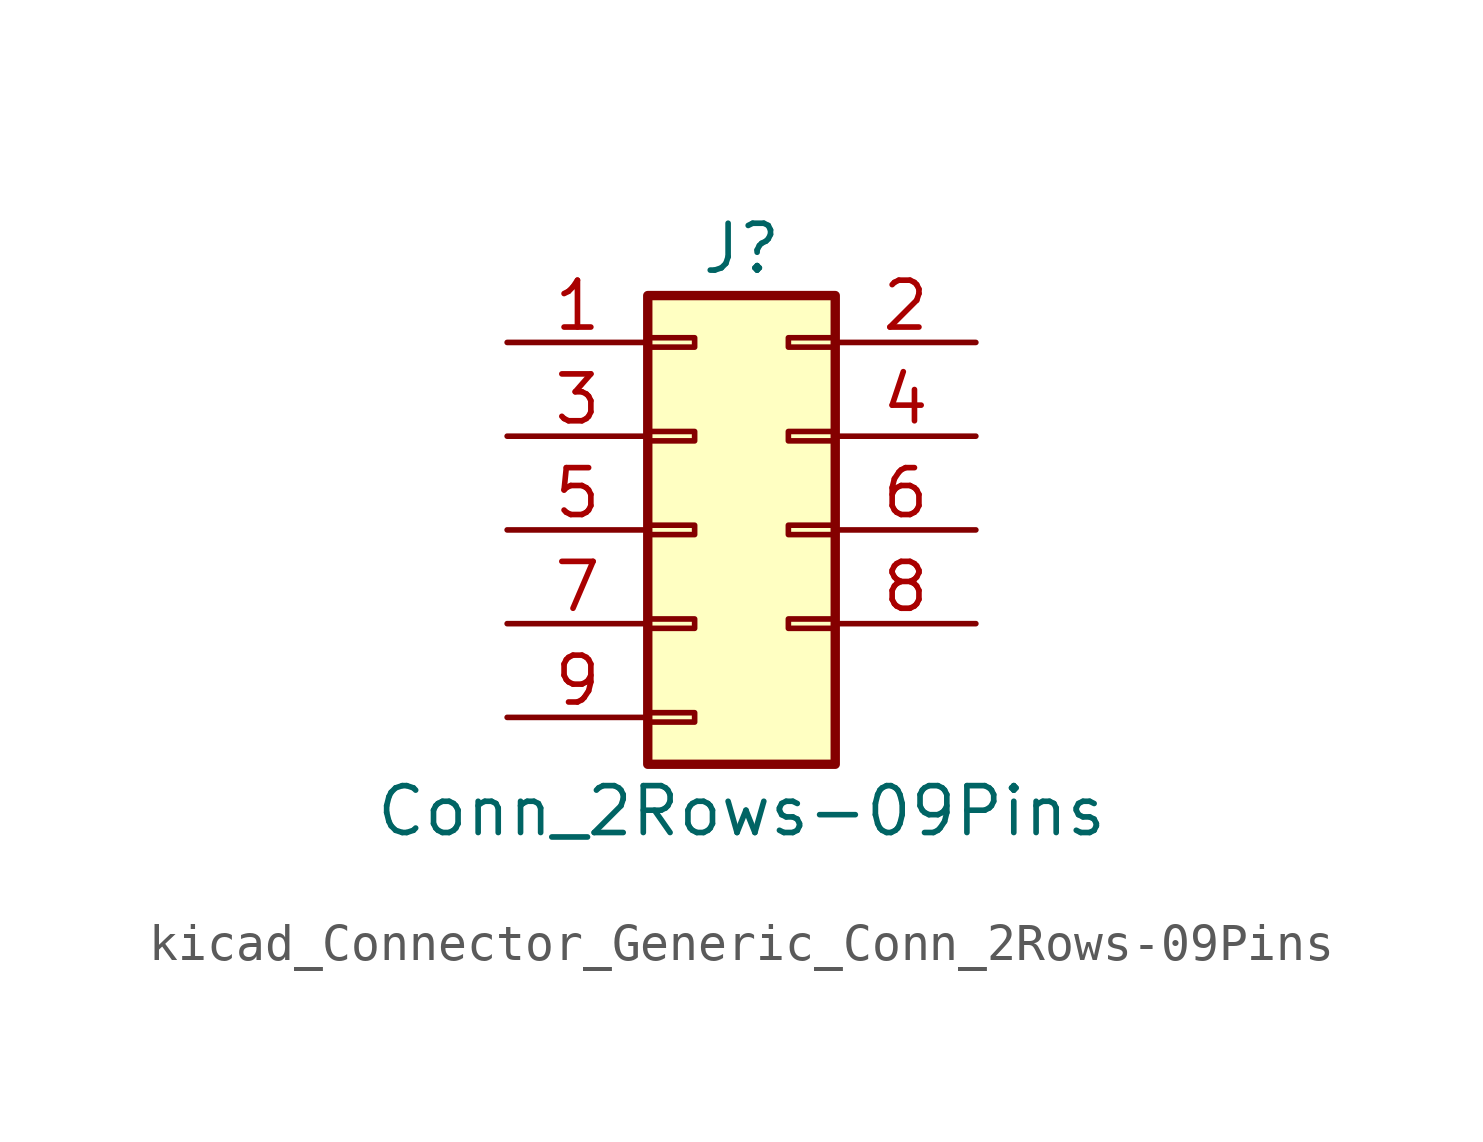
<source format=kicad_sym>
(kicad_symbol_lib
  (version 20220914)
  (generator kicad_symbol_editor)
  (symbol "kicad_Connector_Generic_Conn_2Rows-09Pins"
    (pin_names
      (offset 1.016) hide)
    (property "Reference" "J"
      (at 1.27 7.62 0)
      (effects (font (size 1.27 1.27))))
    (property "Value" "Conn_2Rows-09Pins"
      (at 1.27 -7.62 0)
      (effects (font (size 1.27 1.27))))
    (symbol "kicad_Connector_Generic_Conn_2Rows-09Pins_1_1"
      (rectangle (start -1.27 -4.953) (end 0 -5.207) (stroke (width 0.152) (type default)) (fill (type none)))
      (rectangle (start -1.27 -2.413) (end 0 -2.667) (stroke (width 0.152) (type default)) (fill (type none)))
      (rectangle (start -1.27 0.127) (end 0 -0.127) (stroke (width 0.152) (type default)) (fill (type none)))
      (rectangle (start -1.27 2.667) (end 0 2.413) (stroke (width 0.152) (type default)) (fill (type none)))
      (rectangle (start -1.27 5.207) (end 0 4.953) (stroke (width 0.152) (type default)) (fill (type none)))
      (rectangle (start -1.27 6.35) (end 3.81 -6.35) (stroke (width 0.254) (type default)) (fill (type background)))
      (rectangle (start 3.81 -2.413) (end 2.54 -2.667) (stroke (width 0.152) (type default)) (fill (type none)))
      (rectangle (start 3.81 0.127) (end 2.54 -0.127) (stroke (width 0.152) (type default)) (fill (type none)))
      (rectangle (start 3.81 2.667) (end 2.54 2.413) (stroke (width 0.152) (type default)) (fill (type none)))
      (rectangle (start 3.81 5.207) (end 2.54 4.953) (stroke (width 0.152) (type default)) (fill (type none)))
      (pin passive line (at -5.08 5.08 0) (length 3.81) (name "Pin_1" (effects (font (size 1.27 1.27)))) (number "1" (effects (font (size 1.27 1.27)))))
      (pin passive line (at 7.62 5.08 180) (length 3.81) (name "Pin_2" (effects (font (size 1.27 1.27)))) (number "2" (effects (font (size 1.27 1.27)))))
      (pin passive line (at -5.08 2.54 0) (length 3.81) (name "Pin_3" (effects (font (size 1.27 1.27)))) (number "3" (effects (font (size 1.27 1.27)))))
      (pin passive line (at 7.62 2.54 180) (length 3.81) (name "Pin_4" (effects (font (size 1.27 1.27)))) (number "4" (effects (font (size 1.27 1.27)))))
      (pin passive line (at -5.08 0 0) (length 3.81) (name "Pin_5" (effects (font (size 1.27 1.27)))) (number "5" (effects (font (size 1.27 1.27)))))
      (pin passive line (at 7.62 0 180) (length 3.81) (name "Pin_6" (effects (font (size 1.27 1.27)))) (number "6" (effects (font (size 1.27 1.27)))))
      (pin passive line (at -5.08 -2.54 0) (length 3.81) (name "Pin_7" (effects (font (size 1.27 1.27)))) (number "7" (effects (font (size 1.27 1.27)))))
      (pin passive line (at 7.62 -2.54 180) (length 3.81) (name "Pin_8" (effects (font (size 1.27 1.27)))) (number "8" (effects (font (size 1.27 1.27)))))
      (pin passive line (at -5.08 -5.08 0) (length 3.81) (name "Pin_9" (effects (font (size 1.27 1.27)))) (number "9" (effects (font (size 1.27 1.27))))))))
</source>
